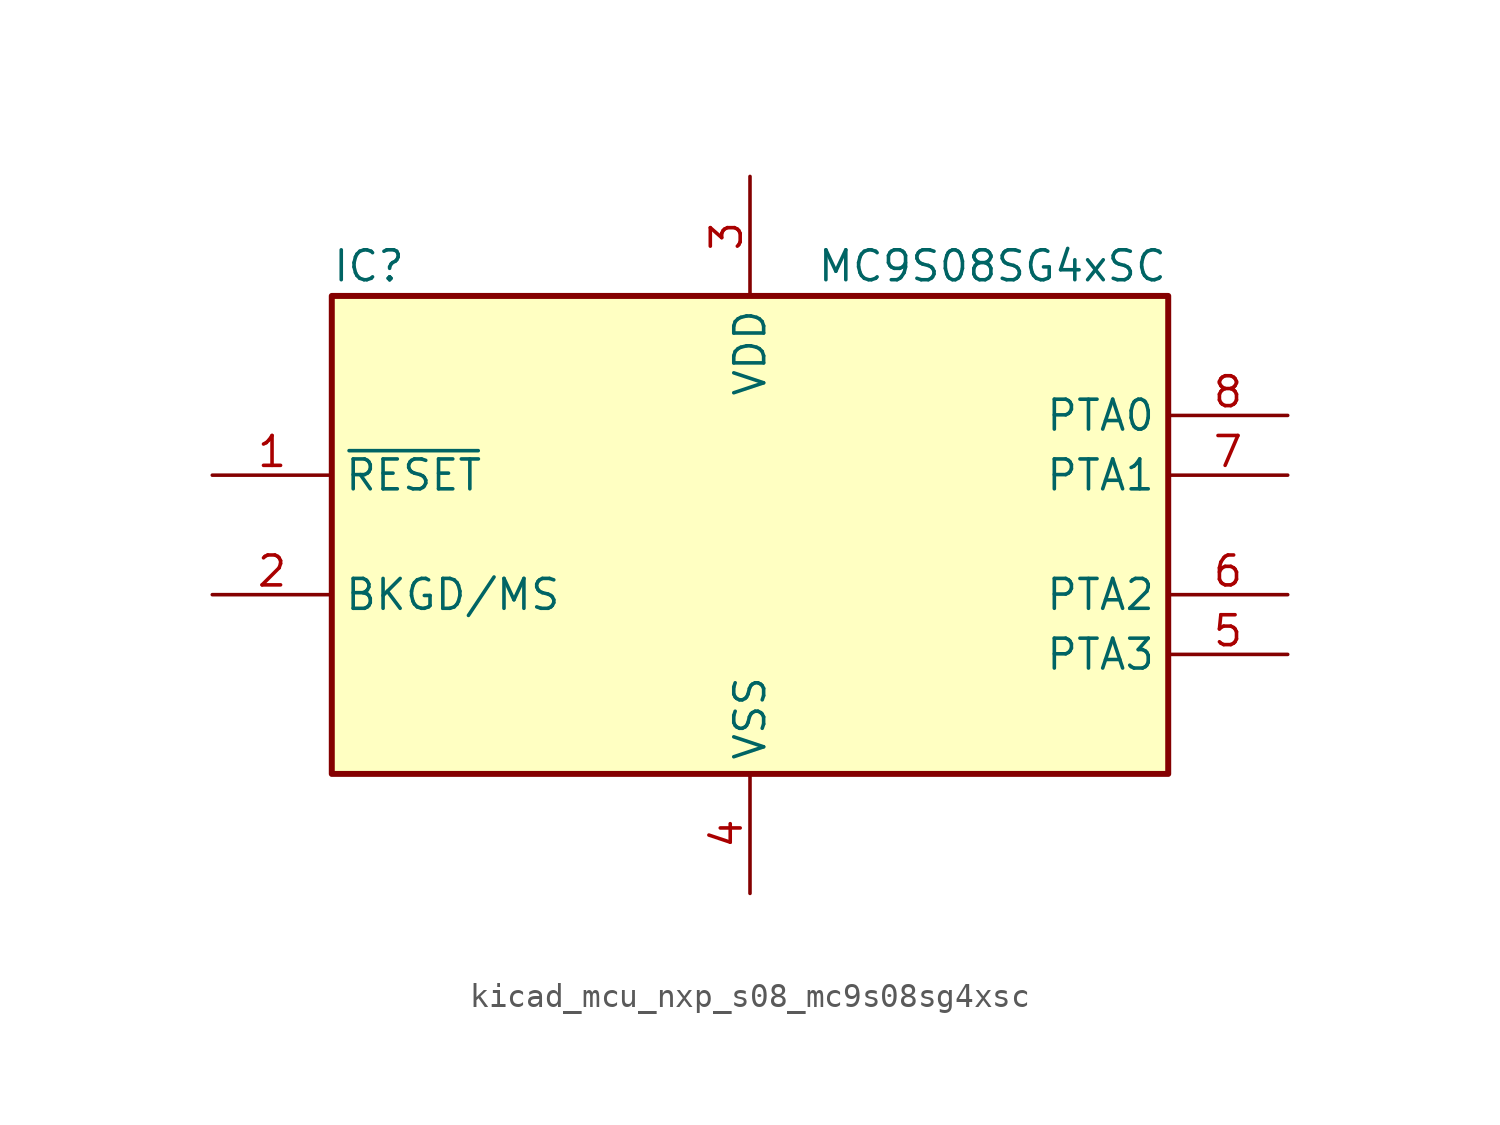
<source format=kicad_sym>
(kicad_symbol_lib
  (version 20220914)
  (generator kicad_symbol_editor)
  (symbol "kicad_mcu_nxp_s08_mc9s08sg4xsc"
    (property "Reference" "IC"
      (at -17.78 11.43 0)
      (effects (font (size 1.27 1.27)) (justify left)))
    (property "Value" "MC9S08SG4xSC"
      (at 17.78 11.43 0)
      (effects (font (size 1.27 1.27)) (justify right)))
    (symbol "kicad_mcu_nxp_s08_mc9s08sg4xsc_0_1"
      (rectangle (start -17.78 10.16) (end 17.78 -10.16) (stroke (width 0.254) (type default)) (fill (type background))))
    (symbol "kicad_mcu_nxp_s08_mc9s08sg4xsc_1_1"
      (pin input line (at -22.86 2.54 0) (length 5.08) (name "~{RESET}" (effects (font (size 1.27 1.27)))) (number "1" (effects (font (size 1.27 1.27)))))
      (pin bidirectional line (at -22.86 -2.54 0) (length 5.08) (name "BKGD/MS" (effects (font (size 1.27 1.27)))) (number "2" (effects (font (size 1.27 1.27)))))
      (pin power_in line (at 0 15.24 270) (length 5.08) (name "VDD" (effects (font (size 1.27 1.27)))) (number "3" (effects (font (size 1.27 1.27)))))
      (pin power_in line (at 0 -15.24 90) (length 5.08) (name "VSS" (effects (font (size 1.27 1.27)))) (number "4" (effects (font (size 1.27 1.27)))))
      (pin bidirectional line (at 22.86 -5.08 180) (length 5.08) (name "PTA3" (effects (font (size 1.27 1.27)))) (number "5" (effects (font (size 1.27 1.27)))))
      (pin bidirectional line (at 22.86 -2.54 180) (length 5.08) (name "PTA2" (effects (font (size 1.27 1.27)))) (number "6" (effects (font (size 1.27 1.27)))))
      (pin bidirectional line (at 22.86 2.54 180) (length 5.08) (name "PTA1" (effects (font (size 1.27 1.27)))) (number "7" (effects (font (size 1.27 1.27)))))
      (pin bidirectional line (at 22.86 5.08 180) (length 5.08) (name "PTA0" (effects (font (size 1.27 1.27)))) (number "8" (effects (font (size 1.27 1.27))))))))
</source>
